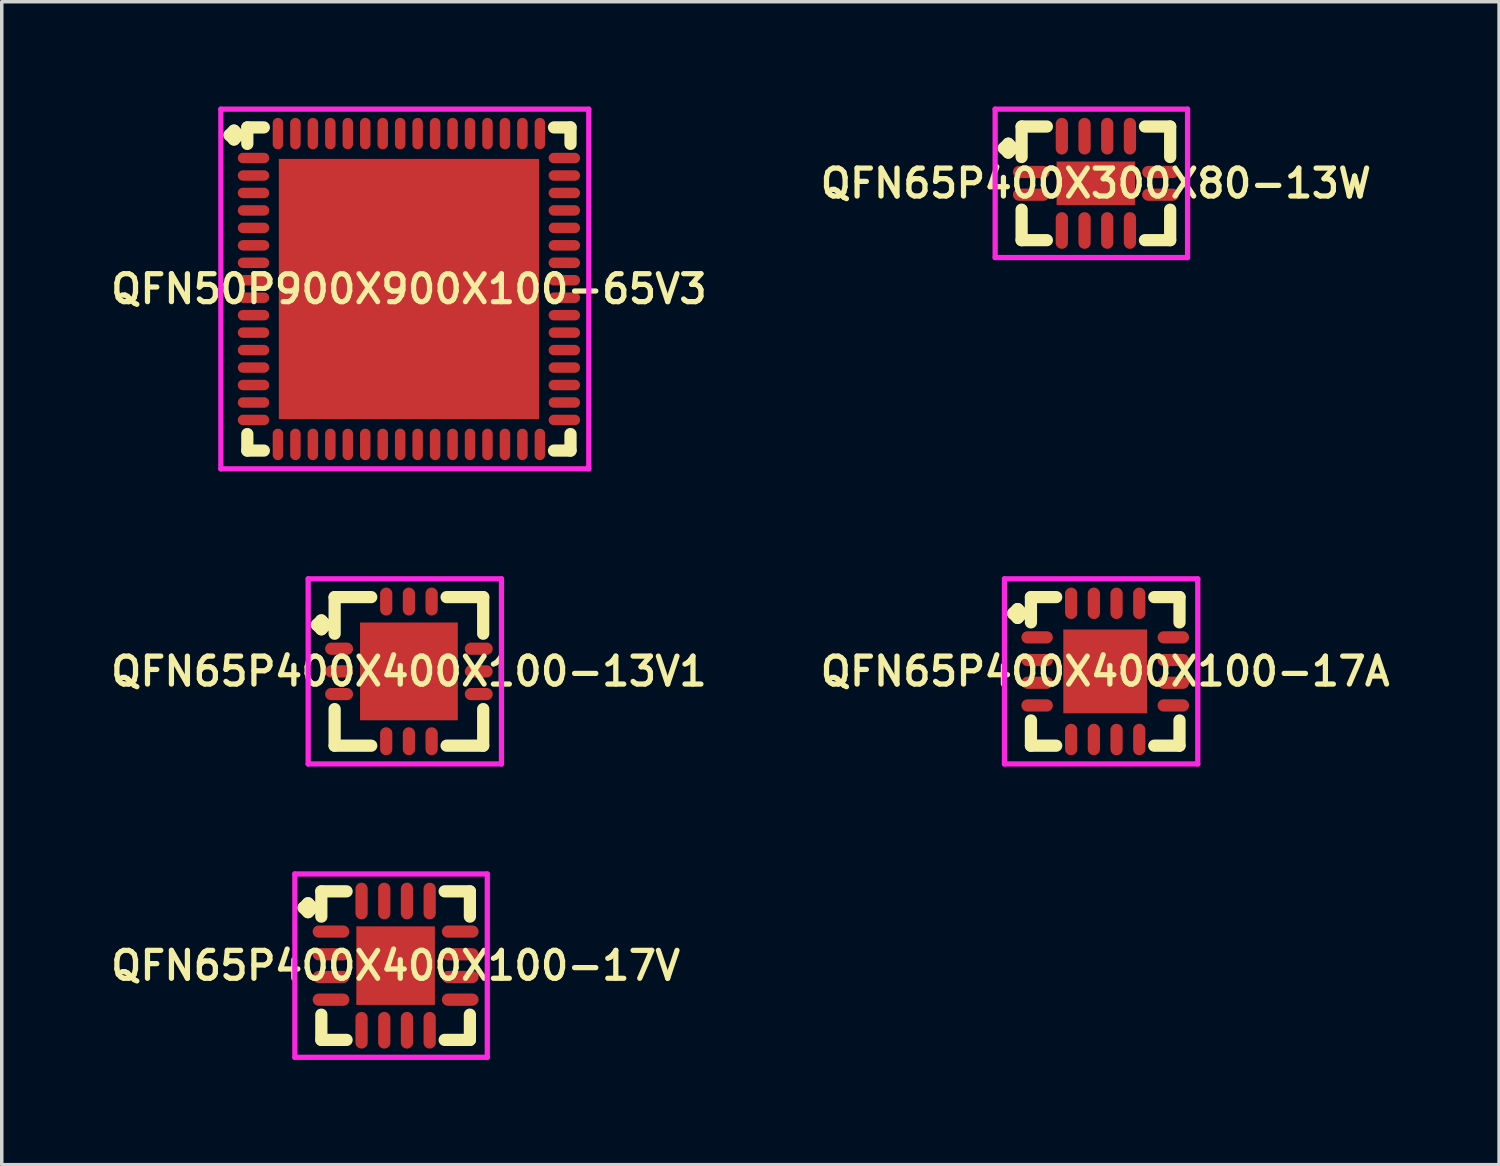
<source format=kicad_pcb>
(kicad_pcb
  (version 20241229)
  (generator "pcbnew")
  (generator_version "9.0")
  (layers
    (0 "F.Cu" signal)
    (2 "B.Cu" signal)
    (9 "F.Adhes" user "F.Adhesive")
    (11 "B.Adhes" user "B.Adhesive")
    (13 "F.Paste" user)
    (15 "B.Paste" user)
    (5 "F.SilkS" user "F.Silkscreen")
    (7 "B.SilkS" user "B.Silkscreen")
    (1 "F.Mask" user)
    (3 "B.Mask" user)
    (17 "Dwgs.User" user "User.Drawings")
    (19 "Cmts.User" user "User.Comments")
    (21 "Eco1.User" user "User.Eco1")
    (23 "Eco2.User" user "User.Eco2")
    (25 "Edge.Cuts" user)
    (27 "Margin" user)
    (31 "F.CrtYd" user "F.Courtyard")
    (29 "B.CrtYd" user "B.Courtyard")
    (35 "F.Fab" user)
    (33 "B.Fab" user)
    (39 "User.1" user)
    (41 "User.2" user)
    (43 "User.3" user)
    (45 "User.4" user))
  (footprint "QFN65P400X400X100-17A"
    (layer "F.Cu")
    (at 28.597 16.175)
    (property "Reference" "QFN65P400X400X100-17A" (at 0 0 0) (layer "F.SilkS") (effects (font (size 0.8 0.8) (thickness 0.15))))
    (attr smd)
    (fp_line (start -2.635 -1.658) (end -2.508 -1.785) (stroke (width 0.35) (type solid)) (layer "F.SilkS"))
    (fp_line (start -2.508 -1.785) (end -2.381 -1.658) (stroke (width 0.35) (type solid)) (layer "F.SilkS"))
    (fp_line (start -2.508 -1.531) (end -2.635 -1.658) (stroke (width 0.35) (type solid)) (layer "F.SilkS"))
    (fp_line (start -2.381 -1.658) (end -2.508 -1.531) (stroke (width 0.35) (type solid)) (layer "F.SilkS"))
    (fp_line (start -2.127 -2.127) (end -1.404 -2.127) (stroke (width 0.35) (type solid)) (layer "F.SilkS"))
    (fp_line (start -2.127 -1.404) (end -2.127 -2.127) (stroke (width 0.35) (type solid)) (layer "F.SilkS"))
    (fp_line (start -2.127 1.404) (end -2.127 2.127) (stroke (width 0.35) (type solid)) (layer "F.SilkS"))
    (fp_line (start -2.127 2.127) (end -1.404 2.127) (stroke (width 0.35) (type solid)) (layer "F.SilkS"))
    (fp_line (start 1.404 -2.127) (end 2.127 -2.127) (stroke (width 0.35) (type solid)) (layer "F.SilkS"))
    (fp_line (start 1.404 2.127) (end 2.127 2.127) (stroke (width 0.35) (type solid)) (layer "F.SilkS"))
    (fp_line (start 2.127 -2.127) (end 2.127 -1.404) (stroke (width 0.35) (type solid)) (layer "F.SilkS"))
    (fp_line (start 2.127 2.127) (end 2.127 1.404) (stroke (width 0.35) (type solid)) (layer "F.SilkS"))
    (fp_line (start -2.885 -2.65) (end 2.65 -2.65) (stroke (width 0.15) (type solid)) (layer "F.CrtYd"))
    (fp_line (start -2.885 2.65) (end -2.885 -2.65) (stroke (width 0.15) (type solid)) (layer "F.CrtYd"))
    (fp_line (start 2.65 -2.65) (end 2.65 2.65) (stroke (width 0.15) (type solid)) (layer "F.CrtYd"))
    (fp_line (start 2.65 2.65) (end -2.885 2.65) (stroke (width 0.15) (type solid)) (layer "F.CrtYd"))
    (pad "1" smd oval (at -1.95 -0.975) (size 0.9 0.35) (layers "F.Cu" "F.Mask" "F.Paste"))
    (pad "2" smd oval (at -1.95 -0.325) (size 0.9 0.35) (layers "F.Cu" "F.Mask" "F.Paste"))
    (pad "3" smd oval (at -1.95 0.325) (size 0.9 0.35) (layers "F.Cu" "F.Mask" "F.Paste"))
    (pad "4" smd oval (at -1.95 0.975) (size 0.9 0.35) (layers "F.Cu" "F.Mask" "F.Paste"))
    (pad "5" smd oval (at -0.975 1.95) (size 0.35 0.9) (layers "F.Cu" "F.Mask" "F.Paste"))
    (pad "6" smd oval (at -0.325 1.95) (size 0.35 0.9) (layers "F.Cu" "F.Mask" "F.Paste"))
    (pad "7" smd oval (at 0.325 1.95) (size 0.35 0.9) (layers "F.Cu" "F.Mask" "F.Paste"))
    (pad "8" smd oval (at 0.975 1.95) (size 0.35 0.9) (layers "F.Cu" "F.Mask" "F.Paste"))
    (pad "9" smd oval (at 1.95 0.975) (size 0.9 0.35) (layers "F.Cu" "F.Mask" "F.Paste"))
    (pad "10" smd oval (at 1.95 0.325) (size 0.9 0.35) (layers "F.Cu" "F.Mask" "F.Paste"))
    (pad "11" smd oval (at 1.95 -0.325) (size 0.9 0.35) (layers "F.Cu" "F.Mask" "F.Paste"))
    (pad "12" smd oval (at 1.95 -0.975) (size 0.9 0.35) (layers "F.Cu" "F.Mask" "F.Paste"))
    (pad "13" smd oval (at 0.975 -1.95) (size 0.35 0.9) (layers "F.Cu" "F.Mask" "F.Paste"))
    (pad "14" smd oval (at 0.325 -1.95) (size 0.35 0.9) (layers "F.Cu" "F.Mask" "F.Paste"))
    (pad "15" smd oval (at -0.325 -1.95) (size 0.35 0.9) (layers "F.Cu" "F.Mask" "F.Paste"))
    (pad "16" smd oval (at -0.975 -1.95) (size 0.35 0.9) (layers "F.Cu" "F.Mask" "F.Paste"))
    (pad "17" smd rect (at 0 0) (size 2.4 2.4) (layers "F.Cu" "F.Mask" "F.Paste")))
  (footprint "QFN65P400X300X80-13W"
    (layer "F.Cu")
    (at 28.33 2.2)
    (property "Reference" "QFN65P400X300X80-13W" (at 0 0 0) (layer "F.SilkS") (effects (font (size 0.8 0.8) (thickness 0.15))))
    (attr smd)
    (fp_line (start -2.635 -1.008) (end -2.508 -1.135) (stroke (width 0.35) (type solid)) (layer "F.SilkS"))
    (fp_line (start -2.508 -1.135) (end -2.381 -1.008) (stroke (width 0.35) (type solid)) (layer "F.SilkS"))
    (fp_line (start -2.508 -0.881) (end -2.635 -1.008) (stroke (width 0.35) (type solid)) (layer "F.SilkS"))
    (fp_line (start -2.381 -1.008) (end -2.508 -0.881) (stroke (width 0.35) (type solid)) (layer "F.SilkS"))
    (fp_line (start -2.127 -1.627) (end -1.404 -1.627) (stroke (width 0.35) (type solid)) (layer "F.SilkS"))
    (fp_line (start -2.127 -0.754) (end -2.127 -1.627) (stroke (width 0.35) (type solid)) (layer "F.SilkS"))
    (fp_line (start -2.127 0.754) (end -2.127 1.627) (stroke (width 0.35) (type solid)) (layer "F.SilkS"))
    (fp_line (start -2.127 1.627) (end -1.404 1.627) (stroke (width 0.35) (type solid)) (layer "F.SilkS"))
    (fp_line (start 1.404 -1.627) (end 2.127 -1.627) (stroke (width 0.35) (type solid)) (layer "F.SilkS"))
    (fp_line (start 1.404 1.627) (end 2.127 1.627) (stroke (width 0.35) (type solid)) (layer "F.SilkS"))
    (fp_line (start 2.127 -1.627) (end 2.127 -0.754) (stroke (width 0.35) (type solid)) (layer "F.SilkS"))
    (fp_line (start 2.127 1.627) (end 2.127 0.754) (stroke (width 0.35) (type solid)) (layer "F.SilkS"))
    (fp_line (start -2.885 -2.125) (end 2.625 -2.125) (stroke (width 0.15) (type solid)) (layer "F.CrtYd"))
    (fp_line (start -2.885 2.125) (end -2.885 -2.125) (stroke (width 0.15) (type solid)) (layer "F.CrtYd"))
    (fp_line (start 2.625 -2.125) (end 2.625 2.125) (stroke (width 0.15) (type solid)) (layer "F.CrtYd"))
    (fp_line (start 2.625 2.125) (end -2.885 2.125) (stroke (width 0.15) (type solid)) (layer "F.CrtYd"))
    (pad "1" smd oval (at -1.85 -0.325) (size 1.05 0.35) (layers "F.Cu" "F.Mask" "F.Paste"))
    (pad "2" smd oval (at -1.85 0.325) (size 1.05 0.35) (layers "F.Cu" "F.Mask" "F.Paste"))
    (pad "3" smd oval (at -0.975 1.35) (size 0.35 1.05) (layers "F.Cu" "F.Mask" "F.Paste"))
    (pad "4" smd oval (at -0.325 1.35) (size 0.35 1.05) (layers "F.Cu" "F.Mask" "F.Paste"))
    (pad "5" smd oval (at 0.325 1.35) (size 0.35 1.05) (layers "F.Cu" "F.Mask" "F.Paste"))
    (pad "6" smd oval (at 0.975 1.35) (size 0.35 1.05) (layers "F.Cu" "F.Mask" "F.Paste"))
    (pad "7" smd oval (at 1.85 0.325) (size 1.05 0.35) (layers "F.Cu" "F.Mask" "F.Paste"))
    (pad "8" smd oval (at 1.85 -0.325) (size 1.05 0.35) (layers "F.Cu" "F.Mask" "F.Paste"))
    (pad "9" smd oval (at 0.975 -1.35) (size 0.35 1.05) (layers "F.Cu" "F.Mask" "F.Paste"))
    (pad "10" smd oval (at 0.325 -1.35) (size 0.35 1.05) (layers "F.Cu" "F.Mask" "F.Paste"))
    (pad "11" smd oval (at -0.325 -1.35) (size 0.35 1.05) (layers "F.Cu" "F.Mask" "F.Paste"))
    (pad "12" smd oval (at -0.975 -1.35) (size 0.35 1.05) (layers "F.Cu" "F.Mask" "F.Paste"))
    (pad "13" smd rect (at 0 0) (size 2.25 1.25) (layers "F.Cu" "F.Mask" "F.Paste")))
  (footprint "QFN65P400X400X100-13V1"
    (layer "F.Cu")
    (at 8.659 16.175)
    (property "Reference" "QFN65P400X400X100-13V1" (at 0 0 0) (layer "F.SilkS") (effects (font (size 0.8 0.8) (thickness 0.15))))
    (attr smd)
    (fp_line (start -2.635 -1.333) (end -2.508 -1.46) (stroke (width 0.35) (type solid)) (layer "F.SilkS"))
    (fp_line (start -2.508 -1.46) (end -2.381 -1.333) (stroke (width 0.35) (type solid)) (layer "F.SilkS"))
    (fp_line (start -2.508 -1.206) (end -2.635 -1.333) (stroke (width 0.35) (type solid)) (layer "F.SilkS"))
    (fp_line (start -2.381 -1.333) (end -2.508 -1.206) (stroke (width 0.35) (type solid)) (layer "F.SilkS"))
    (fp_line (start -2.127 -2.127) (end -1.079 -2.127) (stroke (width 0.35) (type solid)) (layer "F.SilkS"))
    (fp_line (start -2.127 -1.079) (end -2.127 -2.127) (stroke (width 0.35) (type solid)) (layer "F.SilkS"))
    (fp_line (start -2.127 1.079) (end -2.127 2.127) (stroke (width 0.35) (type solid)) (layer "F.SilkS"))
    (fp_line (start -2.127 2.127) (end -1.079 2.127) (stroke (width 0.35) (type solid)) (layer "F.SilkS"))
    (fp_line (start 1.079 -2.127) (end 2.127 -2.127) (stroke (width 0.35) (type solid)) (layer "F.SilkS"))
    (fp_line (start 1.079 2.127) (end 2.127 2.127) (stroke (width 0.35) (type solid)) (layer "F.SilkS"))
    (fp_line (start 2.127 -2.127) (end 2.127 -1.079) (stroke (width 0.35) (type solid)) (layer "F.SilkS"))
    (fp_line (start 2.127 2.127) (end 2.127 1.079) (stroke (width 0.35) (type solid)) (layer "F.SilkS"))
    (fp_line (start -2.885 -2.65) (end 2.65 -2.65) (stroke (width 0.15) (type solid)) (layer "F.CrtYd"))
    (fp_line (start -2.885 2.65) (end -2.885 -2.65) (stroke (width 0.15) (type solid)) (layer "F.CrtYd"))
    (fp_line (start 2.65 -2.65) (end 2.65 2.65) (stroke (width 0.15) (type solid)) (layer "F.CrtYd"))
    (fp_line (start 2.65 2.65) (end -2.885 2.65) (stroke (width 0.15) (type solid)) (layer "F.CrtYd"))
    (pad "1" smd oval (at -2 -0.65) (size 0.8 0.35) (layers "F.Cu" "F.Mask" "F.Paste"))
    (pad "2" smd oval (at -2 0) (size 0.8 0.35) (layers "F.Cu" "F.Mask" "F.Paste"))
    (pad "3" smd oval (at -2 0.65) (size 0.8 0.35) (layers "F.Cu" "F.Mask" "F.Paste"))
    (pad "4" smd oval (at -0.65 2) (size 0.35 0.8) (layers "F.Cu" "F.Mask" "F.Paste"))
    (pad "5" smd oval (at 0 2) (size 0.35 0.8) (layers "F.Cu" "F.Mask" "F.Paste"))
    (pad "6" smd oval (at 0.65 2) (size 0.35 0.8) (layers "F.Cu" "F.Mask" "F.Paste"))
    (pad "7" smd oval (at 2 0.65) (size 0.8 0.35) (layers "F.Cu" "F.Mask" "F.Paste"))
    (pad "8" smd oval (at 2 0) (size 0.8 0.35) (layers "F.Cu" "F.Mask" "F.Paste"))
    (pad "9" smd oval (at 2 -0.65) (size 0.8 0.35) (layers "F.Cu" "F.Mask" "F.Paste"))
    (pad "10" smd oval (at 0.65 -2) (size 0.35 0.8) (layers "F.Cu" "F.Mask" "F.Paste"))
    (pad "11" smd oval (at 0 -2) (size 0.35 0.8) (layers "F.Cu" "F.Mask" "F.Paste"))
    (pad "12" smd oval (at -0.65 -2) (size 0.35 0.8) (layers "F.Cu" "F.Mask" "F.Paste"))
    (pad "13" smd rect (at 0 0) (size 2.8 2.8) (layers "F.Cu" "F.Mask" "F.Paste")))
  (footprint "QFN65P400X400X100-17V"
    (layer "F.Cu")
    (at 8.278 24.6)
    (property "Reference" "QFN65P400X400X100-17V" (at 0 0 0) (layer "F.SilkS") (effects (font (size 0.8 0.8) (thickness 0.15))))
    (attr smd)
    (fp_line (start -2.635 -1.658) (end -2.508 -1.785) (stroke (width 0.35) (type solid)) (layer "F.SilkS"))
    (fp_line (start -2.508 -1.785) (end -2.381 -1.658) (stroke (width 0.35) (type solid)) (layer "F.SilkS"))
    (fp_line (start -2.508 -1.531) (end -2.635 -1.658) (stroke (width 0.35) (type solid)) (layer "F.SilkS"))
    (fp_line (start -2.381 -1.658) (end -2.508 -1.531) (stroke (width 0.35) (type solid)) (layer "F.SilkS"))
    (fp_line (start -2.127 -2.127) (end -1.404 -2.127) (stroke (width 0.35) (type solid)) (layer "F.SilkS"))
    (fp_line (start -2.127 -1.404) (end -2.127 -2.127) (stroke (width 0.35) (type solid)) (layer "F.SilkS"))
    (fp_line (start -2.127 1.404) (end -2.127 2.127) (stroke (width 0.35) (type solid)) (layer "F.SilkS"))
    (fp_line (start -2.127 2.127) (end -1.404 2.127) (stroke (width 0.35) (type solid)) (layer "F.SilkS"))
    (fp_line (start 1.404 -2.127) (end 2.127 -2.127) (stroke (width 0.35) (type solid)) (layer "F.SilkS"))
    (fp_line (start 1.404 2.127) (end 2.127 2.127) (stroke (width 0.35) (type solid)) (layer "F.SilkS"))
    (fp_line (start 2.127 -2.127) (end 2.127 -1.404) (stroke (width 0.35) (type solid)) (layer "F.SilkS"))
    (fp_line (start 2.127 2.127) (end 2.127 1.404) (stroke (width 0.35) (type solid)) (layer "F.SilkS"))
    (fp_line (start -2.885 -2.625) (end 2.625 -2.625) (stroke (width 0.15) (type solid)) (layer "F.CrtYd"))
    (fp_line (start -2.885 2.625) (end -2.885 -2.625) (stroke (width 0.15) (type solid)) (layer "F.CrtYd"))
    (fp_line (start 2.625 -2.625) (end 2.625 2.625) (stroke (width 0.15) (type solid)) (layer "F.CrtYd"))
    (fp_line (start 2.625 2.625) (end -2.885 2.625) (stroke (width 0.15) (type solid)) (layer "F.CrtYd"))
    (pad "1" smd oval (at -1.85 -0.975) (size 1.05 0.35) (layers "F.Cu" "F.Mask" "F.Paste"))
    (pad "2" smd oval (at -1.85 -0.325) (size 1.05 0.35) (layers "F.Cu" "F.Mask" "F.Paste"))
    (pad "3" smd oval (at -1.85 0.325) (size 1.05 0.35) (layers "F.Cu" "F.Mask" "F.Paste"))
    (pad "4" smd oval (at -1.85 0.975) (size 1.05 0.35) (layers "F.Cu" "F.Mask" "F.Paste"))
    (pad "5" smd oval (at -0.975 1.85) (size 0.35 1.05) (layers "F.Cu" "F.Mask" "F.Paste"))
    (pad "6" smd oval (at -0.325 1.85) (size 0.35 1.05) (layers "F.Cu" "F.Mask" "F.Paste"))
    (pad "7" smd oval (at 0.325 1.85) (size 0.35 1.05) (layers "F.Cu" "F.Mask" "F.Paste"))
    (pad "8" smd oval (at 0.975 1.85) (size 0.35 1.05) (layers "F.Cu" "F.Mask" "F.Paste"))
    (pad "9" smd oval (at 1.85 0.975) (size 1.05 0.35) (layers "F.Cu" "F.Mask" "F.Paste"))
    (pad "10" smd oval (at 1.85 0.325) (size 1.05 0.35) (layers "F.Cu" "F.Mask" "F.Paste"))
    (pad "11" smd oval (at 1.85 -0.325) (size 1.05 0.35) (layers "F.Cu" "F.Mask" "F.Paste"))
    (pad "12" smd oval (at 1.85 -0.975) (size 1.05 0.35) (layers "F.Cu" "F.Mask" "F.Paste"))
    (pad "13" smd oval (at 0.975 -1.85) (size 0.35 1.05) (layers "F.Cu" "F.Mask" "F.Paste"))
    (pad "14" smd oval (at 0.325 -1.85) (size 0.35 1.05) (layers "F.Cu" "F.Mask" "F.Paste"))
    (pad "15" smd oval (at -0.325 -1.85) (size 0.35 1.05) (layers "F.Cu" "F.Mask" "F.Paste"))
    (pad "16" smd oval (at -0.975 -1.85) (size 0.35 1.05) (layers "F.Cu" "F.Mask" "F.Paste"))
    (pad "17" smd rect (at 0 0) (size 2.25 2.25) (layers "F.Cu" "F.Mask" "F.Paste")))
  (footprint "QFN50P900X900X100-65V3"
    (layer "F.Cu")
    (at 8.659 5.225)
    (property "Reference" "QFN50P900X900X100-65V3" (at 0 0 0) (layer "F.SilkS") (effects (font (size 0.8 0.8) (thickness 0.15))))
    (attr smd)
    (fp_line (start -5.135 -4.408) (end -5.008 -4.535) (stroke (width 0.35) (type solid)) (layer "F.SilkS"))
    (fp_line (start -5.008 -4.535) (end -4.881 -4.408) (stroke (width 0.35) (type solid)) (layer "F.SilkS"))
    (fp_line (start -5.008 -4.281) (end -5.135 -4.408) (stroke (width 0.35) (type solid)) (layer "F.SilkS"))
    (fp_line (start -4.881 -4.408) (end -5.008 -4.281) (stroke (width 0.35) (type solid)) (layer "F.SilkS"))
    (fp_line (start -4.627 -4.627) (end -4.154 -4.627) (stroke (width 0.35) (type solid)) (layer "F.SilkS"))
    (fp_line (start -4.627 -4.154) (end -4.627 -4.627) (stroke (width 0.35) (type solid)) (layer "F.SilkS"))
    (fp_line (start -4.627 4.154) (end -4.627 4.627) (stroke (width 0.35) (type solid)) (layer "F.SilkS"))
    (fp_line (start -4.627 4.627) (end -4.154 4.627) (stroke (width 0.35) (type solid)) (layer "F.SilkS"))
    (fp_line (start 4.154 -4.627) (end 4.627 -4.627) (stroke (width 0.35) (type solid)) (layer "F.SilkS"))
    (fp_line (start 4.154 4.627) (end 4.627 4.627) (stroke (width 0.35) (type solid)) (layer "F.SilkS"))
    (fp_line (start 4.627 -4.627) (end 4.627 -4.154) (stroke (width 0.35) (type solid)) (layer "F.SilkS"))
    (fp_line (start 4.627 4.627) (end 4.627 4.154) (stroke (width 0.35) (type solid)) (layer "F.SilkS"))
    (fp_line (start -5.385 -5.15) (end 5.15 -5.15) (stroke (width 0.15) (type solid)) (layer "F.CrtYd"))
    (fp_line (start -5.385 5.15) (end -5.385 -5.15) (stroke (width 0.15) (type solid)) (layer "F.CrtYd"))
    (fp_line (start 5.15 -5.15) (end 5.15 5.15) (stroke (width 0.15) (type solid)) (layer "F.CrtYd"))
    (fp_line (start 5.15 5.15) (end -5.385 5.15) (stroke (width 0.15) (type solid)) (layer "F.CrtYd"))
    (pad "1" smd oval (at -4.45 -3.75) (size 0.9 0.3) (layers "F.Cu" "F.Mask" "F.Paste"))
    (pad "2" smd oval (at -4.45 -3.25) (size 0.9 0.3) (layers "F.Cu" "F.Mask" "F.Paste"))
    (pad "3" smd oval (at -4.45 -2.75) (size 0.9 0.3) (layers "F.Cu" "F.Mask" "F.Paste"))
    (pad "4" smd oval (at -4.45 -2.25) (size 0.9 0.3) (layers "F.Cu" "F.Mask" "F.Paste"))
    (pad "5" smd oval (at -4.45 -1.75) (size 0.9 0.3) (layers "F.Cu" "F.Mask" "F.Paste"))
    (pad "6" smd oval (at -4.45 -1.25) (size 0.9 0.3) (layers "F.Cu" "F.Mask" "F.Paste"))
    (pad "7" smd oval (at -4.45 -0.75) (size 0.9 0.3) (layers "F.Cu" "F.Mask" "F.Paste"))
    (pad "8" smd oval (at -4.45 -0.25) (size 0.9 0.3) (layers "F.Cu" "F.Mask" "F.Paste"))
    (pad "9" smd oval (at -4.45 0.25) (size 0.9 0.3) (layers "F.Cu" "F.Mask" "F.Paste"))
    (pad "10" smd oval (at -4.45 0.75) (size 0.9 0.3) (layers "F.Cu" "F.Mask" "F.Paste"))
    (pad "11" smd oval (at -4.45 1.25) (size 0.9 0.3) (layers "F.Cu" "F.Mask" "F.Paste"))
    (pad "12" smd oval (at -4.45 1.75) (size 0.9 0.3) (layers "F.Cu" "F.Mask" "F.Paste"))
    (pad "13" smd oval (at -4.45 2.25) (size 0.9 0.3) (layers "F.Cu" "F.Mask" "F.Paste"))
    (pad "14" smd oval (at -4.45 2.75) (size 0.9 0.3) (layers "F.Cu" "F.Mask" "F.Paste"))
    (pad "15" smd oval (at -4.45 3.25) (size 0.9 0.3) (layers "F.Cu" "F.Mask" "F.Paste"))
    (pad "16" smd oval (at -4.45 3.75) (size 0.9 0.3) (layers "F.Cu" "F.Mask" "F.Paste"))
    (pad "17" smd oval (at -3.75 4.45) (size 0.3 0.9) (layers "F.Cu" "F.Mask" "F.Paste"))
    (pad "18" smd oval (at -3.25 4.45) (size 0.3 0.9) (layers "F.Cu" "F.Mask" "F.Paste"))
    (pad "19" smd oval (at -2.75 4.45) (size 0.3 0.9) (layers "F.Cu" "F.Mask" "F.Paste"))
    (pad "20" smd oval (at -2.25 4.45) (size 0.3 0.9) (layers "F.Cu" "F.Mask" "F.Paste"))
    (pad "21" smd oval (at -1.75 4.45) (size 0.3 0.9) (layers "F.Cu" "F.Mask" "F.Paste"))
    (pad "22" smd oval (at -1.25 4.45) (size 0.3 0.9) (layers "F.Cu" "F.Mask" "F.Paste"))
    (pad "23" smd oval (at -0.75 4.45) (size 0.3 0.9) (layers "F.Cu" "F.Mask" "F.Paste"))
    (pad "24" smd oval (at -0.25 4.45) (size 0.3 0.9) (layers "F.Cu" "F.Mask" "F.Paste"))
    (pad "25" smd oval (at 0.25 4.45) (size 0.3 0.9) (layers "F.Cu" "F.Mask" "F.Paste"))
    (pad "26" smd oval (at 0.75 4.45) (size 0.3 0.9) (layers "F.Cu" "F.Mask" "F.Paste"))
    (pad "27" smd oval (at 1.25 4.45) (size 0.3 0.9) (layers "F.Cu" "F.Mask" "F.Paste"))
    (pad "28" smd oval (at 1.75 4.45) (size 0.3 0.9) (layers "F.Cu" "F.Mask" "F.Paste"))
    (pad "29" smd oval (at 2.25 4.45) (size 0.3 0.9) (layers "F.Cu" "F.Mask" "F.Paste"))
    (pad "30" smd oval (at 2.75 4.45) (size 0.3 0.9) (layers "F.Cu" "F.Mask" "F.Paste"))
    (pad "31" smd oval (at 3.25 4.45) (size 0.3 0.9) (layers "F.Cu" "F.Mask" "F.Paste"))
    (pad "32" smd oval (at 3.75 4.45) (size 0.3 0.9) (layers "F.Cu" "F.Mask" "F.Paste"))
    (pad "33" smd oval (at 4.45 3.75) (size 0.9 0.3) (layers "F.Cu" "F.Mask" "F.Paste"))
    (pad "34" smd oval (at 4.45 3.25) (size 0.9 0.3) (layers "F.Cu" "F.Mask" "F.Paste"))
    (pad "35" smd oval (at 4.45 2.75) (size 0.9 0.3) (layers "F.Cu" "F.Mask" "F.Paste"))
    (pad "36" smd oval (at 4.45 2.25) (size 0.9 0.3) (layers "F.Cu" "F.Mask" "F.Paste"))
    (pad "37" smd oval (at 4.45 1.75) (size 0.9 0.3) (layers "F.Cu" "F.Mask" "F.Paste"))
    (pad "38" smd oval (at 4.45 1.25) (size 0.9 0.3) (layers "F.Cu" "F.Mask" "F.Paste"))
    (pad "39" smd oval (at 4.45 0.75) (size 0.9 0.3) (layers "F.Cu" "F.Mask" "F.Paste"))
    (pad "40" smd oval (at 4.45 0.25) (size 0.9 0.3) (layers "F.Cu" "F.Mask" "F.Paste"))
    (pad "41" smd oval (at 4.45 -0.25) (size 0.9 0.3) (layers "F.Cu" "F.Mask" "F.Paste"))
    (pad "42" smd oval (at 4.45 -0.75) (size 0.9 0.3) (layers "F.Cu" "F.Mask" "F.Paste"))
    (pad "43" smd oval (at 4.45 -1.25) (size 0.9 0.3) (layers "F.Cu" "F.Mask" "F.Paste"))
    (pad "44" smd oval (at 4.45 -1.75) (size 0.9 0.3) (layers "F.Cu" "F.Mask" "F.Paste"))
    (pad "45" smd oval (at 4.45 -2.25) (size 0.9 0.3) (layers "F.Cu" "F.Mask" "F.Paste"))
    (pad "46" smd oval (at 4.45 -2.75) (size 0.9 0.3) (layers "F.Cu" "F.Mask" "F.Paste"))
    (pad "47" smd oval (at 4.45 -3.25) (size 0.9 0.3) (layers "F.Cu" "F.Mask" "F.Paste"))
    (pad "48" smd oval (at 4.45 -3.75) (size 0.9 0.3) (layers "F.Cu" "F.Mask" "F.Paste"))
    (pad "49" smd oval (at 3.75 -4.45) (size 0.3 0.9) (layers "F.Cu" "F.Mask" "F.Paste"))
    (pad "50" smd oval (at 3.25 -4.45) (size 0.3 0.9) (layers "F.Cu" "F.Mask" "F.Paste"))
    (pad "51" smd oval (at 2.75 -4.45) (size 0.3 0.9) (layers "F.Cu" "F.Mask" "F.Paste"))
    (pad "52" smd oval (at 2.25 -4.45) (size 0.3 0.9) (layers "F.Cu" "F.Mask" "F.Paste"))
    (pad "53" smd oval (at 1.75 -4.45) (size 0.3 0.9) (layers "F.Cu" "F.Mask" "F.Paste"))
    (pad "54" smd oval (at 1.25 -4.45) (size 0.3 0.9) (layers "F.Cu" "F.Mask" "F.Paste"))
    (pad "55" smd oval (at 0.75 -4.45) (size 0.3 0.9) (layers "F.Cu" "F.Mask" "F.Paste"))
    (pad "56" smd oval (at 0.25 -4.45) (size 0.3 0.9) (layers "F.Cu" "F.Mask" "F.Paste"))
    (pad "57" smd oval (at -0.25 -4.45) (size 0.3 0.9) (layers "F.Cu" "F.Mask" "F.Paste"))
    (pad "58" smd oval (at -0.75 -4.45) (size 0.3 0.9) (layers "F.Cu" "F.Mask" "F.Paste"))
    (pad "59" smd oval (at -1.25 -4.45) (size 0.3 0.9) (layers "F.Cu" "F.Mask" "F.Paste"))
    (pad "60" smd oval (at -1.75 -4.45) (size 0.3 0.9) (layers "F.Cu" "F.Mask" "F.Paste"))
    (pad "61" smd oval (at -2.25 -4.45) (size 0.3 0.9) (layers "F.Cu" "F.Mask" "F.Paste"))
    (pad "62" smd oval (at -2.75 -4.45) (size 0.3 0.9) (layers "F.Cu" "F.Mask" "F.Paste"))
    (pad "63" smd oval (at -3.25 -4.45) (size 0.3 0.9) (layers "F.Cu" "F.Mask" "F.Paste"))
    (pad "64" smd oval (at -3.75 -4.45) (size 0.3 0.9) (layers "F.Cu" "F.Mask" "F.Paste"))
    (pad "65" smd rect (at 0 0) (size 7.45 7.45) (layers "F.Cu" "F.Mask" "F.Paste")))
  (gr_rect
    (start -3 -3)
    (end 39.875 30.3)
    (stroke (width 0.1) (type default))
    (fill no)
    (layer "Edge.Cuts")))
</source>
